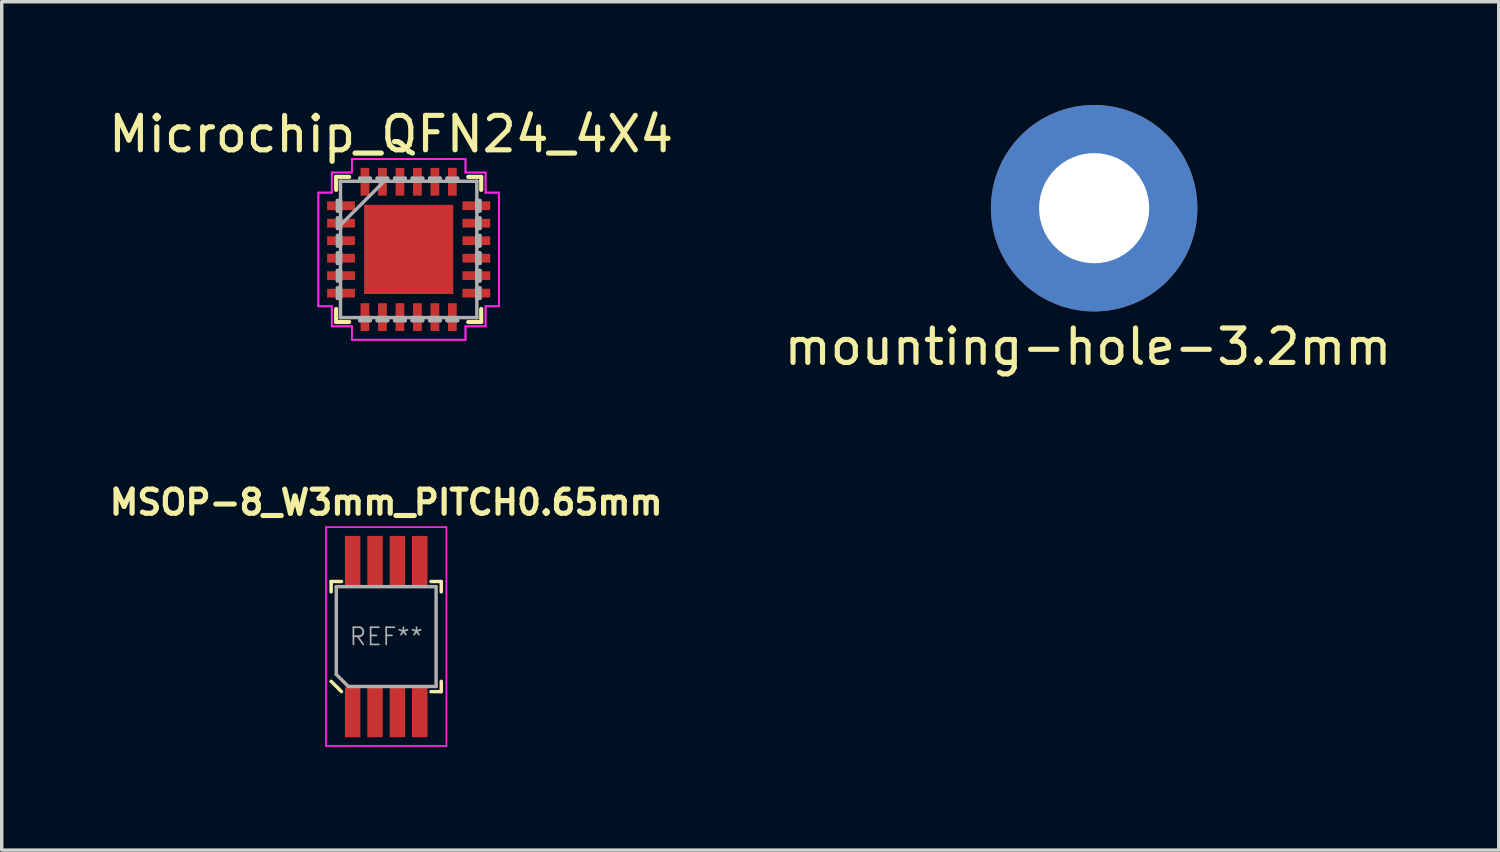
<source format=kicad_pcb>
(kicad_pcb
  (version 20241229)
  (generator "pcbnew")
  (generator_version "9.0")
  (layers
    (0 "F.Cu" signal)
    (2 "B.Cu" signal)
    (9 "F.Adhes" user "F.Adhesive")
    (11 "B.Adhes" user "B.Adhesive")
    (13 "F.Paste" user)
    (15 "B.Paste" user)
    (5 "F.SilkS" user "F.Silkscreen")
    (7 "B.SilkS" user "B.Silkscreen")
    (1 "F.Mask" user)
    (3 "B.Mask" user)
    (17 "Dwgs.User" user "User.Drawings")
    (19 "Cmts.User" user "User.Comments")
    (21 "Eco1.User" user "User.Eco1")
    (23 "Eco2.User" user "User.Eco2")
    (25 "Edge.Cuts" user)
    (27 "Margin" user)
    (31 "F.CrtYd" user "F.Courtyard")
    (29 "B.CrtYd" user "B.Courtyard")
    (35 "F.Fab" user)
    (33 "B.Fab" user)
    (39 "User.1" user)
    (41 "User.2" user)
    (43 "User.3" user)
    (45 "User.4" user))
  (footprint "Microchip_QFN24_4X4"
    (layer "F.Cu")
    (at 8.825 4.198)
    (property "Reference" "Microchip_QFN24_4X4" (at -0.51 -3.35 0) (layer "F.SilkS") (effects (font (size 1 1) (thickness 0.15))))
    (attr through_hole)
    (fp_line (start -2.108 -2.108) (end -2.108 -1.73) (stroke (width 0.12) (type solid)) (layer "F.SilkS"))
    (fp_line (start -2.108 1.73) (end -2.108 2.108) (stroke (width 0.12) (type solid)) (layer "F.SilkS"))
    (fp_line (start -2.108 2.108) (end -1.73 2.108) (stroke (width 0.12) (type solid)) (layer "F.SilkS"))
    (fp_line (start -1.73 -2.108) (end -2.108 -2.108) (stroke (width 0.12) (type solid)) (layer "F.SilkS"))
    (fp_line (start 1.73 2.108) (end 2.108 2.108) (stroke (width 0.12) (type solid)) (layer "F.SilkS"))
    (fp_line (start 2.108 -2.108) (end 1.73 -2.108) (stroke (width 0.12) (type solid)) (layer "F.SilkS"))
    (fp_line (start 2.108 -1.73) (end 2.108 -2.108) (stroke (width 0.12) (type solid)) (layer "F.SilkS"))
    (fp_line (start 2.108 2.108) (end 2.108 1.73) (stroke (width 0.12) (type solid)) (layer "F.SilkS"))
    (fp_poly (pts (xy -1.195 -1.195) (xy -1.195 -0.1) (xy -0.1 -0.1) (xy -0.1 -1.195)) (stroke (width 0.1) (type solid)) (fill yes) (layer "F.Paste"))
    (fp_poly (pts (xy -1.195 0.1) (xy -1.195 1.195) (xy -0.1 1.195) (xy -0.1 0.1)) (stroke (width 0.1) (type solid)) (fill yes) (layer "F.Paste"))
    (fp_poly (pts (xy 0.1 -1.195) (xy 0.1 -0.1) (xy 1.195 -0.1) (xy 1.195 -1.195)) (stroke (width 0.1) (type solid)) (fill yes) (layer "F.Paste"))
    (fp_poly (pts (xy 0.1 0.1) (xy 0.1 1.195) (xy 1.195 1.195) (xy 1.195 0.1)) (stroke (width 0.1) (type solid)) (fill yes) (layer "F.Paste"))
    (fp_line (start -2.624 -1.651) (end -2.235 -1.651) (stroke (width 0.05) (type solid)) (layer "F.CrtYd"))
    (fp_line (start -2.624 -1.651) (end -2.235 -1.651) (stroke (width 0.05) (type solid)) (layer "F.CrtYd"))
    (fp_line (start -2.624 1.651) (end -2.624 -1.651) (stroke (width 0.05) (type solid)) (layer "F.CrtYd"))
    (fp_line (start -2.624 1.651) (end -2.624 -1.651) (stroke (width 0.05) (type solid)) (layer "F.CrtYd"))
    (fp_line (start -2.235 -2.235) (end -1.651 -2.235) (stroke (width 0.05) (type solid)) (layer "F.CrtYd"))
    (fp_line (start -2.235 -2.235) (end -1.651 -2.235) (stroke (width 0.05) (type solid)) (layer "F.CrtYd"))
    (fp_line (start -2.235 -1.651) (end -2.235 -2.235) (stroke (width 0.05) (type solid)) (layer "F.CrtYd"))
    (fp_line (start -2.235 -1.651) (end -2.235 -2.235) (stroke (width 0.05) (type solid)) (layer "F.CrtYd"))
    (fp_line (start -2.235 1.651) (end -2.624 1.651) (stroke (width 0.05) (type solid)) (layer "F.CrtYd"))
    (fp_line (start -2.235 1.651) (end -2.624 1.651) (stroke (width 0.05) (type solid)) (layer "F.CrtYd"))
    (fp_line (start -2.235 2.235) (end -2.235 1.651) (stroke (width 0.05) (type solid)) (layer "F.CrtYd"))
    (fp_line (start -2.235 2.235) (end -2.235 1.651) (stroke (width 0.05) (type solid)) (layer "F.CrtYd"))
    (fp_line (start -1.651 -2.624) (end 1.651 -2.624) (stroke (width 0.05) (type solid)) (layer "F.CrtYd"))
    (fp_line (start -1.651 -2.624) (end 1.651 -2.624) (stroke (width 0.05) (type solid)) (layer "F.CrtYd"))
    (fp_line (start -1.651 -2.235) (end -1.651 -2.624) (stroke (width 0.05) (type solid)) (layer "F.CrtYd"))
    (fp_line (start -1.651 -2.235) (end -1.651 -2.624) (stroke (width 0.05) (type solid)) (layer "F.CrtYd"))
    (fp_line (start -1.651 2.235) (end -2.235 2.235) (stroke (width 0.05) (type solid)) (layer "F.CrtYd"))
    (fp_line (start -1.651 2.235) (end -2.235 2.235) (stroke (width 0.05) (type solid)) (layer "F.CrtYd"))
    (fp_line (start -1.651 2.624) (end -1.651 2.235) (stroke (width 0.05) (type solid)) (layer "F.CrtYd"))
    (fp_line (start -1.651 2.624) (end -1.651 2.235) (stroke (width 0.05) (type solid)) (layer "F.CrtYd"))
    (fp_line (start 1.651 -2.624) (end 1.651 -2.235) (stroke (width 0.05) (type solid)) (layer "F.CrtYd"))
    (fp_line (start 1.651 -2.624) (end 1.651 -2.235) (stroke (width 0.05) (type solid)) (layer "F.CrtYd"))
    (fp_line (start 1.651 -2.235) (end 2.235 -2.235) (stroke (width 0.05) (type solid)) (layer "F.CrtYd"))
    (fp_line (start 1.651 -2.235) (end 2.235 -2.235) (stroke (width 0.05) (type solid)) (layer "F.CrtYd"))
    (fp_line (start 1.651 2.235) (end 1.651 2.624) (stroke (width 0.05) (type solid)) (layer "F.CrtYd"))
    (fp_line (start 1.651 2.235) (end 1.651 2.624) (stroke (width 0.05) (type solid)) (layer "F.CrtYd"))
    (fp_line (start 1.651 2.624) (end -1.651 2.624) (stroke (width 0.05) (type solid)) (layer "F.CrtYd"))
    (fp_line (start 1.651 2.624) (end -1.651 2.624) (stroke (width 0.05) (type solid)) (layer "F.CrtYd"))
    (fp_line (start 2.235 -2.235) (end 2.235 -1.651) (stroke (width 0.05) (type solid)) (layer "F.CrtYd"))
    (fp_line (start 2.235 -2.235) (end 2.235 -1.651) (stroke (width 0.05) (type solid)) (layer "F.CrtYd"))
    (fp_line (start 2.235 -1.651) (end 2.624 -1.651) (stroke (width 0.05) (type solid)) (layer "F.CrtYd"))
    (fp_line (start 2.235 -1.651) (end 2.624 -1.651) (stroke (width 0.05) (type solid)) (layer "F.CrtYd"))
    (fp_line (start 2.235 1.651) (end 2.235 2.235) (stroke (width 0.05) (type solid)) (layer "F.CrtYd"))
    (fp_line (start 2.235 1.651) (end 2.235 2.235) (stroke (width 0.05) (type solid)) (layer "F.CrtYd"))
    (fp_line (start 2.235 2.235) (end 1.651 2.235) (stroke (width 0.05) (type solid)) (layer "F.CrtYd"))
    (fp_line (start 2.235 2.235) (end 1.651 2.235) (stroke (width 0.05) (type solid)) (layer "F.CrtYd"))
    (fp_line (start 2.624 -1.651) (end 2.624 1.651) (stroke (width 0.05) (type solid)) (layer "F.CrtYd"))
    (fp_line (start 2.624 -1.651) (end 2.624 1.651) (stroke (width 0.05) (type solid)) (layer "F.CrtYd"))
    (fp_line (start 2.624 1.651) (end 2.235 1.651) (stroke (width 0.05) (type solid)) (layer "F.CrtYd"))
    (fp_line (start 2.624 1.651) (end 2.235 1.651) (stroke (width 0.05) (type solid)) (layer "F.CrtYd"))
    (fp_line (start -2.07 -1.422) (end -2.07 -1.118) (stroke (width 0.1) (type solid)) (layer "F.Fab"))
    (fp_line (start -2.07 -1.118) (end -1.981 -1.118) (stroke (width 0.1) (type solid)) (layer "F.Fab"))
    (fp_line (start -2.07 -0.914) (end -2.07 -0.61) (stroke (width 0.1) (type solid)) (layer "F.Fab"))
    (fp_line (start -2.07 -0.61) (end -1.981 -0.61) (stroke (width 0.1) (type solid)) (layer "F.Fab"))
    (fp_line (start -2.07 -0.406) (end -2.07 -0.102) (stroke (width 0.1) (type solid)) (layer "F.Fab"))
    (fp_line (start -2.07 -0.102) (end -1.981 -0.102) (stroke (width 0.1) (type solid)) (layer "F.Fab"))
    (fp_line (start -2.07 0.102) (end -2.07 0.406) (stroke (width 0.1) (type solid)) (layer "F.Fab"))
    (fp_line (start -2.07 0.406) (end -1.981 0.406) (stroke (width 0.1) (type solid)) (layer "F.Fab"))
    (fp_line (start -2.07 0.61) (end -2.07 0.914) (stroke (width 0.1) (type solid)) (layer "F.Fab"))
    (fp_line (start -2.07 0.914) (end -1.981 0.914) (stroke (width 0.1) (type solid)) (layer "F.Fab"))
    (fp_line (start -2.07 1.118) (end -2.07 1.422) (stroke (width 0.1) (type solid)) (layer "F.Fab"))
    (fp_line (start -2.07 1.422) (end -1.981 1.422) (stroke (width 0.1) (type solid)) (layer "F.Fab"))
    (fp_line (start -1.981 -1.981) (end -1.981 -1.981) (stroke (width 0.1) (type solid)) (layer "F.Fab"))
    (fp_line (start -1.981 -1.981) (end -1.981 1.981) (stroke (width 0.1) (type solid)) (layer "F.Fab"))
    (fp_line (start -1.981 -1.422) (end -2.07 -1.422) (stroke (width 0.1) (type solid)) (layer "F.Fab"))
    (fp_line (start -1.981 -1.118) (end -1.981 -1.422) (stroke (width 0.1) (type solid)) (layer "F.Fab"))
    (fp_line (start -1.981 -0.914) (end -2.07 -0.914) (stroke (width 0.1) (type solid)) (layer "F.Fab"))
    (fp_line (start -1.981 -0.711) (end -0.711 -1.981) (stroke (width 0.1) (type solid)) (layer "F.Fab"))
    (fp_line (start -1.981 -0.61) (end -1.981 -0.914) (stroke (width 0.1) (type solid)) (layer "F.Fab"))
    (fp_line (start -1.981 -0.406) (end -2.07 -0.406) (stroke (width 0.1) (type solid)) (layer "F.Fab"))
    (fp_line (start -1.981 -0.102) (end -1.981 -0.406) (stroke (width 0.1) (type solid)) (layer "F.Fab"))
    (fp_line (start -1.981 0.102) (end -2.07 0.102) (stroke (width 0.1) (type solid)) (layer "F.Fab"))
    (fp_line (start -1.981 0.406) (end -1.981 0.102) (stroke (width 0.1) (type solid)) (layer "F.Fab"))
    (fp_line (start -1.981 0.61) (end -2.07 0.61) (stroke (width 0.1) (type solid)) (layer "F.Fab"))
    (fp_line (start -1.981 0.914) (end -1.981 0.61) (stroke (width 0.1) (type solid)) (layer "F.Fab"))
    (fp_line (start -1.981 1.118) (end -2.07 1.118) (stroke (width 0.1) (type solid)) (layer "F.Fab"))
    (fp_line (start -1.981 1.422) (end -1.981 1.118) (stroke (width 0.1) (type solid)) (layer "F.Fab"))
    (fp_line (start -1.981 1.981) (end -1.981 1.981) (stroke (width 0.1) (type solid)) (layer "F.Fab"))
    (fp_line (start -1.981 1.981) (end 1.981 1.981) (stroke (width 0.1) (type solid)) (layer "F.Fab"))
    (fp_line (start -1.422 -2.07) (end -1.422 -1.981) (stroke (width 0.1) (type solid)) (layer "F.Fab"))
    (fp_line (start -1.422 -1.981) (end -1.118 -1.981) (stroke (width 0.1) (type solid)) (layer "F.Fab"))
    (fp_line (start -1.422 1.981) (end -1.422 2.07) (stroke (width 0.1) (type solid)) (layer "F.Fab"))
    (fp_line (start -1.422 2.07) (end -1.118 2.07) (stroke (width 0.1) (type solid)) (layer "F.Fab"))
    (fp_line (start -1.118 -2.07) (end -1.422 -2.07) (stroke (width 0.1) (type solid)) (layer "F.Fab"))
    (fp_line (start -1.118 -1.981) (end -1.118 -2.07) (stroke (width 0.1) (type solid)) (layer "F.Fab"))
    (fp_line (start -1.118 1.981) (end -1.422 1.981) (stroke (width 0.1) (type solid)) (layer "F.Fab"))
    (fp_line (start -1.118 2.07) (end -1.118 1.981) (stroke (width 0.1) (type solid)) (layer "F.Fab"))
    (fp_line (start -0.914 -2.07) (end -0.914 -1.981) (stroke (width 0.1) (type solid)) (layer "F.Fab"))
    (fp_line (start -0.914 -1.981) (end -0.61 -1.981) (stroke (width 0.1) (type solid)) (layer "F.Fab"))
    (fp_line (start -0.914 1.981) (end -0.914 2.07) (stroke (width 0.1) (type solid)) (layer "F.Fab"))
    (fp_line (start -0.914 2.07) (end -0.61 2.07) (stroke (width 0.1) (type solid)) (layer "F.Fab"))
    (fp_line (start -0.61 -2.07) (end -0.914 -2.07) (stroke (width 0.1) (type solid)) (layer "F.Fab"))
    (fp_line (start -0.61 -1.981) (end -0.61 -2.07) (stroke (width 0.1) (type solid)) (layer "F.Fab"))
    (fp_line (start -0.61 1.981) (end -0.914 1.981) (stroke (width 0.1) (type solid)) (layer "F.Fab"))
    (fp_line (start -0.61 2.07) (end -0.61 1.981) (stroke (width 0.1) (type solid)) (layer "F.Fab"))
    (fp_line (start -0.406 -2.07) (end -0.406 -1.981) (stroke (width 0.1) (type solid)) (layer "F.Fab"))
    (fp_line (start -0.406 -1.981) (end -0.102 -1.981) (stroke (width 0.1) (type solid)) (layer "F.Fab"))
    (fp_line (start -0.406 1.981) (end -0.406 2.07) (stroke (width 0.1) (type solid)) (layer "F.Fab"))
    (fp_line (start -0.406 2.07) (end -0.102 2.07) (stroke (width 0.1) (type solid)) (layer "F.Fab"))
    (fp_line (start -0.102 -2.07) (end -0.406 -2.07) (stroke (width 0.1) (type solid)) (layer "F.Fab"))
    (fp_line (start -0.102 -1.981) (end -0.102 -2.07) (stroke (width 0.1) (type solid)) (layer "F.Fab"))
    (fp_line (start -0.102 1.981) (end -0.406 1.981) (stroke (width 0.1) (type solid)) (layer "F.Fab"))
    (fp_line (start -0.102 2.07) (end -0.102 1.981) (stroke (width 0.1) (type solid)) (layer "F.Fab"))
    (fp_line (start 0.102 -2.07) (end 0.102 -1.981) (stroke (width 0.1) (type solid)) (layer "F.Fab"))
    (fp_line (start 0.102 -1.981) (end 0.406 -1.981) (stroke (width 0.1) (type solid)) (layer "F.Fab"))
    (fp_line (start 0.102 1.981) (end 0.102 2.07) (stroke (width 0.1) (type solid)) (layer "F.Fab"))
    (fp_line (start 0.102 2.07) (end 0.406 2.07) (stroke (width 0.1) (type solid)) (layer "F.Fab"))
    (fp_line (start 0.406 -2.07) (end 0.102 -2.07) (stroke (width 0.1) (type solid)) (layer "F.Fab"))
    (fp_line (start 0.406 -1.981) (end 0.406 -2.07) (stroke (width 0.1) (type solid)) (layer "F.Fab"))
    (fp_line (start 0.406 1.981) (end 0.102 1.981) (stroke (width 0.1) (type solid)) (layer "F.Fab"))
    (fp_line (start 0.406 2.07) (end 0.406 1.981) (stroke (width 0.1) (type solid)) (layer "F.Fab"))
    (fp_line (start 0.61 -2.07) (end 0.61 -1.981) (stroke (width 0.1) (type solid)) (layer "F.Fab"))
    (fp_line (start 0.61 -1.981) (end 0.914 -1.981) (stroke (width 0.1) (type solid)) (layer "F.Fab"))
    (fp_line (start 0.61 1.981) (end 0.61 2.07) (stroke (width 0.1) (type solid)) (layer "F.Fab"))
    (fp_line (start 0.61 2.07) (end 0.914 2.07) (stroke (width 0.1) (type solid)) (layer "F.Fab"))
    (fp_line (start 0.914 -2.07) (end 0.61 -2.07) (stroke (width 0.1) (type solid)) (layer "F.Fab"))
    (fp_line (start 0.914 -1.981) (end 0.914 -2.07) (stroke (width 0.1) (type solid)) (layer "F.Fab"))
    (fp_line (start 0.914 1.981) (end 0.61 1.981) (stroke (width 0.1) (type solid)) (layer "F.Fab"))
    (fp_line (start 0.914 2.07) (end 0.914 1.981) (stroke (width 0.1) (type solid)) (layer "F.Fab"))
    (fp_line (start 1.118 -2.07) (end 1.118 -1.981) (stroke (width 0.1) (type solid)) (layer "F.Fab"))
    (fp_line (start 1.118 -1.981) (end 1.422 -1.981) (stroke (width 0.1) (type solid)) (layer "F.Fab"))
    (fp_line (start 1.118 1.981) (end 1.118 2.07) (stroke (width 0.1) (type solid)) (layer "F.Fab"))
    (fp_line (start 1.118 2.07) (end 1.422 2.07) (stroke (width 0.1) (type solid)) (layer "F.Fab"))
    (fp_line (start 1.422 -2.07) (end 1.118 -2.07) (stroke (width 0.1) (type solid)) (layer "F.Fab"))
    (fp_line (start 1.422 -1.981) (end 1.422 -2.07) (stroke (width 0.1) (type solid)) (layer "F.Fab"))
    (fp_line (start 1.422 1.981) (end 1.118 1.981) (stroke (width 0.1) (type solid)) (layer "F.Fab"))
    (fp_line (start 1.422 2.07) (end 1.422 1.981) (stroke (width 0.1) (type solid)) (layer "F.Fab"))
    (fp_line (start 1.981 -1.981) (end -1.981 -1.981) (stroke (width 0.1) (type solid)) (layer "F.Fab"))
    (fp_line (start 1.981 -1.981) (end 1.981 -1.981) (stroke (width 0.1) (type solid)) (layer "F.Fab"))
    (fp_line (start 1.981 -1.422) (end 1.981 -1.118) (stroke (width 0.1) (type solid)) (layer "F.Fab"))
    (fp_line (start 1.981 -1.118) (end 2.07 -1.118) (stroke (width 0.1) (type solid)) (layer "F.Fab"))
    (fp_line (start 1.981 -0.914) (end 1.981 -0.61) (stroke (width 0.1) (type solid)) (layer "F.Fab"))
    (fp_line (start 1.981 -0.61) (end 2.07 -0.61) (stroke (width 0.1) (type solid)) (layer "F.Fab"))
    (fp_line (start 1.981 -0.406) (end 1.981 -0.102) (stroke (width 0.1) (type solid)) (layer "F.Fab"))
    (fp_line (start 1.981 -0.102) (end 2.07 -0.102) (stroke (width 0.1) (type solid)) (layer "F.Fab"))
    (fp_line (start 1.981 0.102) (end 1.981 0.406) (stroke (width 0.1) (type solid)) (layer "F.Fab"))
    (fp_line (start 1.981 0.406) (end 2.07 0.406) (stroke (width 0.1) (type solid)) (layer "F.Fab"))
    (fp_line (start 1.981 0.61) (end 1.981 0.914) (stroke (width 0.1) (type solid)) (layer "F.Fab"))
    (fp_line (start 1.981 0.914) (end 2.07 0.914) (stroke (width 0.1) (type solid)) (layer "F.Fab"))
    (fp_line (start 1.981 1.118) (end 1.981 1.422) (stroke (width 0.1) (type solid)) (layer "F.Fab"))
    (fp_line (start 1.981 1.422) (end 2.07 1.422) (stroke (width 0.1) (type solid)) (layer "F.Fab"))
    (fp_line (start 1.981 1.981) (end 1.981 -1.981) (stroke (width 0.1) (type solid)) (layer "F.Fab"))
    (fp_line (start 1.981 1.981) (end 1.981 1.981) (stroke (width 0.1) (type solid)) (layer "F.Fab"))
    (fp_line (start 2.07 -1.422) (end 1.981 -1.422) (stroke (width 0.1) (type solid)) (layer "F.Fab"))
    (fp_line (start 2.07 -1.118) (end 2.07 -1.422) (stroke (width 0.1) (type solid)) (layer "F.Fab"))
    (fp_line (start 2.07 -0.914) (end 1.981 -0.914) (stroke (width 0.1) (type solid)) (layer "F.Fab"))
    (fp_line (start 2.07 -0.61) (end 2.07 -0.914) (stroke (width 0.1) (type solid)) (layer "F.Fab"))
    (fp_line (start 2.07 -0.406) (end 1.981 -0.406) (stroke (width 0.1) (type solid)) (layer "F.Fab"))
    (fp_line (start 2.07 -0.102) (end 2.07 -0.406) (stroke (width 0.1) (type solid)) (layer "F.Fab"))
    (fp_line (start 2.07 0.102) (end 1.981 0.102) (stroke (width 0.1) (type solid)) (layer "F.Fab"))
    (fp_line (start 2.07 0.406) (end 2.07 0.102) (stroke (width 0.1) (type solid)) (layer "F.Fab"))
    (fp_line (start 2.07 0.61) (end 1.981 0.61) (stroke (width 0.1) (type solid)) (layer "F.Fab"))
    (fp_line (start 2.07 0.914) (end 2.07 0.61) (stroke (width 0.1) (type solid)) (layer "F.Fab"))
    (fp_line (start 2.07 1.118) (end 1.981 1.118) (stroke (width 0.1) (type solid)) (layer "F.Fab"))
    (fp_line (start 2.07 1.422) (end 2.07 1.118) (stroke (width 0.1) (type solid)) (layer "F.Fab"))
    (pad "1" smd rect (at -1.966 -1.27 90) (size 0.255 0.808) (layers "F.Cu" "F.Mask" "F.Paste"))
    (pad "2" smd rect (at -1.966 -0.762 90) (size 0.255 0.808) (layers "F.Cu" "F.Mask" "F.Paste"))
    (pad "3" smd rect (at -1.966 -0.254 90) (size 0.255 0.808) (layers "F.Cu" "F.Mask" "F.Paste"))
    (pad "4" smd rect (at -1.966 0.254 90) (size 0.255 0.808) (layers "F.Cu" "F.Mask" "F.Paste"))
    (pad "5" smd rect (at -1.966 0.762 90) (size 0.255 0.808) (layers "F.Cu" "F.Mask" "F.Paste"))
    (pad "6" smd rect (at -1.966 1.27 90) (size 0.255 0.808) (layers "F.Cu" "F.Mask" "F.Paste"))
    (pad "7" smd rect (at -1.27 1.966) (size 0.255 0.808) (layers "F.Cu" "F.Mask" "F.Paste"))
    (pad "8" smd rect (at -0.762 1.966) (size 0.255 0.808) (layers "F.Cu" "F.Mask" "F.Paste"))
    (pad "9" smd rect (at -0.254 1.966) (size 0.255 0.808) (layers "F.Cu" "F.Mask" "F.Paste"))
    (pad "10" smd rect (at 0.254 1.966) (size 0.255 0.808) (layers "F.Cu" "F.Mask" "F.Paste"))
    (pad "11" smd rect (at 0.762 1.966) (size 0.255 0.808) (layers "F.Cu" "F.Mask" "F.Paste"))
    (pad "12" smd rect (at 1.27 1.966) (size 0.255 0.808) (layers "F.Cu" "F.Mask" "F.Paste"))
    (pad "13" smd rect (at 1.966 1.27 90) (size 0.255 0.808) (layers "F.Cu" "F.Mask" "F.Paste"))
    (pad "14" smd rect (at 1.966 0.762 90) (size 0.255 0.808) (layers "F.Cu" "F.Mask" "F.Paste"))
    (pad "15" smd rect (at 1.966 0.254 90) (size 0.255 0.808) (layers "F.Cu" "F.Mask" "F.Paste"))
    (pad "16" smd rect (at 1.966 -0.254 90) (size 0.255 0.808) (layers "F.Cu" "F.Mask" "F.Paste"))
    (pad "17" smd rect (at 1.966 -0.762 90) (size 0.255 0.808) (layers "F.Cu" "F.Mask" "F.Paste"))
    (pad "18" smd rect (at 1.966 -1.27 90) (size 0.255 0.808) (layers "F.Cu" "F.Mask" "F.Paste"))
    (pad "19" smd rect (at 1.27 -1.966) (size 0.255 0.808) (layers "F.Cu" "F.Mask" "F.Paste"))
    (pad "20" smd rect (at 0.762 -1.966) (size 0.255 0.808) (layers "F.Cu" "F.Mask" "F.Paste"))
    (pad "21" smd rect (at 0.254 -1.966) (size 0.255 0.808) (layers "F.Cu" "F.Mask" "F.Paste"))
    (pad "22" smd rect (at -0.254 -1.966) (size 0.255 0.808) (layers "F.Cu" "F.Mask" "F.Paste"))
    (pad "23" smd rect (at -0.762 -1.966) (size 0.255 0.808) (layers "F.Cu" "F.Mask" "F.Paste"))
    (pad "24" smd rect (at -1.27 -1.966) (size 0.255 0.808) (layers "F.Cu" "F.Mask" "F.Paste"))
    (pad "25" smd rect (at 0 0) (size 2.591 2.591) (layers "F.Cu" "F.Mask")))
  (footprint "mounting-hole-3.2mm"
    (layer "F.Cu")
    (at 28.743 3)
    (property "Reference" "mounting-hole-3.2mm" (at -0.178 4.026 0) (layer "F.SilkS") (effects (font (size 1 1) (thickness 0.15))))
    (attr through_hole)
    (pad "1" thru_hole circle (at 0 0) (size 6 6) (drill 3.2) (layers "*.Cu" "*.Mask")))
  (footprint "MSOP-8_W3mm_PITCH0.65mm"
    (layer "F.Cu")
    (at 8.172 15.447)
    (property "Reference" "MSOP-8_W3mm_PITCH0.65mm" (at 0 -3.9 0) (layer "F.SilkS") (effects (font (size 0.7 0.7) (thickness 0.15))))
    (attr through_hole)
    (fp_line (start -1.6 -1.6) (end -1.3 -1.6) (stroke (width 0.1) (type solid)) (layer "F.SilkS"))
    (fp_line (start -1.6 -1.3) (end -1.6 -1.6) (stroke (width 0.1) (type solid)) (layer "F.SilkS"))
    (fp_line (start -1.6 1.3) (end -1.3 1.6) (stroke (width 0.1) (type solid)) (layer "F.SilkS"))
    (fp_line (start 1.3 -1.6) (end 1.6 -1.6) (stroke (width 0.1) (type solid)) (layer "F.SilkS"))
    (fp_line (start 1.6 -1.6) (end 1.6 -1.3) (stroke (width 0.1) (type solid)) (layer "F.SilkS"))
    (fp_line (start 1.6 1.3) (end 1.6 1.6) (stroke (width 0.1) (type solid)) (layer "F.SilkS"))
    (fp_line (start 1.6 1.6) (end 1.3 1.6) (stroke (width 0.1) (type solid)) (layer "F.SilkS"))
    (fp_line (start -1.75 -3.18) (end 1.75 -3.18) (stroke (width 0.05) (type solid)) (layer "F.CrtYd"))
    (fp_line (start -1.75 3.18) (end -1.75 -3.18) (stroke (width 0.05) (type solid)) (layer "F.CrtYd"))
    (fp_line (start -1.75 3.18) (end 1.75 3.18) (stroke (width 0.05) (type solid)) (layer "F.CrtYd"))
    (fp_line (start 1.75 -3.18) (end 1.75 3.18) (stroke (width 0.05) (type solid)) (layer "F.CrtYd"))
    (fp_line (start -1.45 -1.45) (end -1.45 1.1) (stroke (width 0.1) (type solid)) (layer "F.Fab"))
    (fp_line (start -1.45 -1.45) (end 1.45 -1.45) (stroke (width 0.1) (type solid)) (layer "F.Fab"))
    (fp_line (start -1.45 1.1) (end -1.1 1.45) (stroke (width 0.1) (type solid)) (layer "F.Fab"))
    (fp_line (start -1.1 1.45) (end 1.45 1.45) (stroke (width 0.1) (type solid)) (layer "F.Fab"))
    (fp_line (start 1.45 -1.45) (end 1.45 1.45) (stroke (width 0.1) (type solid)) (layer "F.Fab"))
    (fp_text user "REF**" (at 0 0 0) (layer "F.Fab") (effects (font (size 0.5 0.5) (thickness 0.05))))
    (pad "1" smd rect (at -0.975 2.2) (size 0.45 1.45) (layers "F.Cu" "F.Mask" "F.Paste"))
    (pad "2" smd rect (at -0.325 2.2) (size 0.45 1.45) (layers "F.Cu" "F.Mask" "F.Paste"))
    (pad "3" smd rect (at 0.325 2.2) (size 0.45 1.45) (layers "F.Cu" "F.Mask" "F.Paste"))
    (pad "4" smd rect (at 0.975 2.2) (size 0.45 1.45) (layers "F.Cu" "F.Mask" "F.Paste"))
    (pad "5" smd rect (at 0.975 -2.2) (size 0.45 1.45) (layers "F.Cu" "F.Mask" "F.Paste"))
    (pad "6" smd rect (at 0.325 -2.2) (size 0.45 1.45) (layers "F.Cu" "F.Mask" "F.Paste"))
    (pad "7" smd rect (at -0.325 -2.2) (size 0.45 1.45) (layers "F.Cu" "F.Mask" "F.Paste"))
    (pad "8" smd rect (at -0.975 -2.2) (size 0.45 1.45) (layers "F.Cu" "F.Mask" "F.Paste")))
  (gr_rect
    (start -3 -3)
    (end 40.5 21.652)
    (stroke (width 0.1) (type default))
    (fill no)
    (layer "Edge.Cuts")))
</source>
